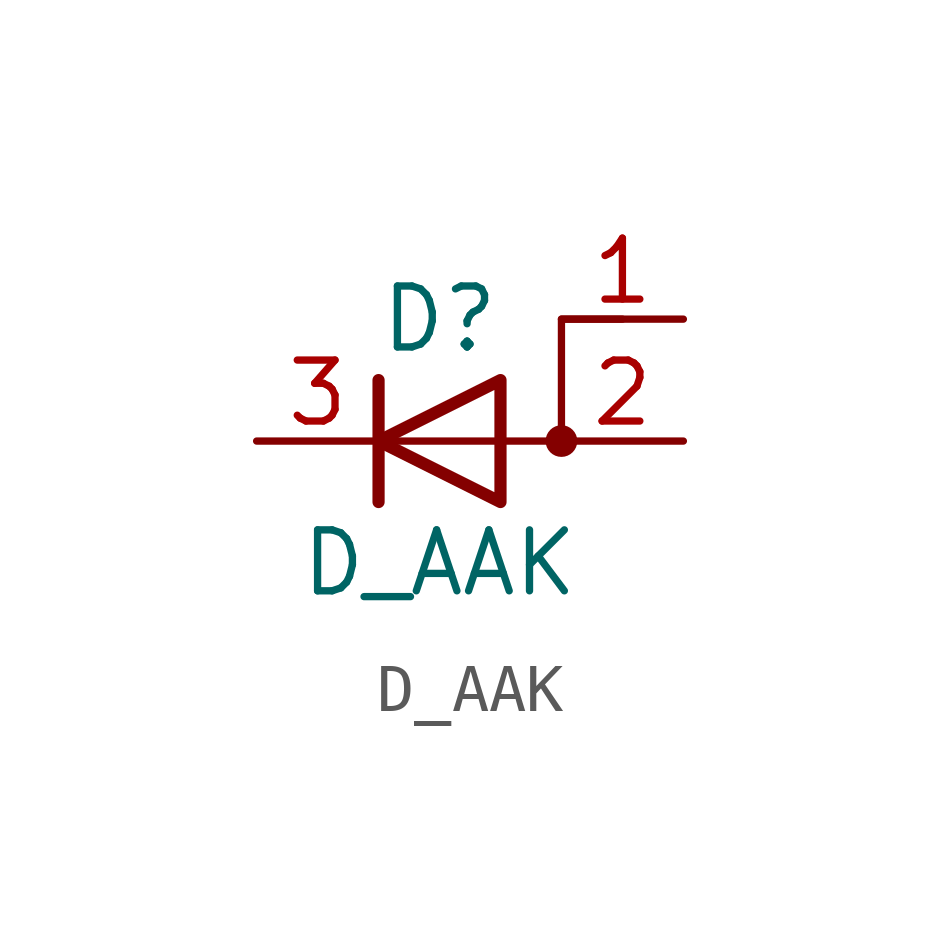
<source format=kicad_sym>
(kicad_symbol_lib
  (version 20211014)
  (generator kicad_symbol_editor)
  (symbol "D_AAK"
    (pin_names
      (offset 0) hide)
    (property "Reference" "D"
      (at 0 2.54 0)
      (effects (font (size 1.27 1.27))))
    (property "Value" "D_AAK"
      (at 0 -2.54 0)
      (effects (font (size 1.27 1.27))))
    (symbol "D_AAK_0_1"
      (polyline (pts (xy -1.27 1.27) (xy -1.27 -1.27)) (stroke (width 0.254) (type default) (color 0 0 0 0)) (fill (type none)))
      (polyline (pts (xy 1.27 1.27) (xy 1.27 -1.27) (xy -1.27 0) (xy 1.27 1.27)) (stroke (width 0.254) (type default) (color 0 0 0 0)) (fill (type none)))
      (polyline (pts (xy 3.81 2.54) (xy 2.54 2.54) (xy 2.54 0) (xy -1.27 0)) (stroke (width 0) (type default) (color 0 0 0 0)) (fill (type none)))
      (circle (center 2.54 0) (radius 0.254) (stroke (width 0) (type default) (color 0 0 0 0)) (fill (type outline))))
    (symbol "D_AAK_1_1"
      (pin passive line (at 5.08 2.54 180) (length 2.54) (name "A" (effects (font (size 1.27 1.27)))) (number "1" (effects (font (size 1.27 1.27)))))
      (pin passive line (at 5.08 0 180) (length 2.54) (name "A" (effects (font (size 1.27 1.27)))) (number "2" (effects (font (size 1.27 1.27)))))
      (pin passive line (at -3.81 0 0) (length 2.54) (name "K" (effects (font (size 1.27 1.27)))) (number "3" (effects (font (size 1.27 1.27))))))))
</source>
